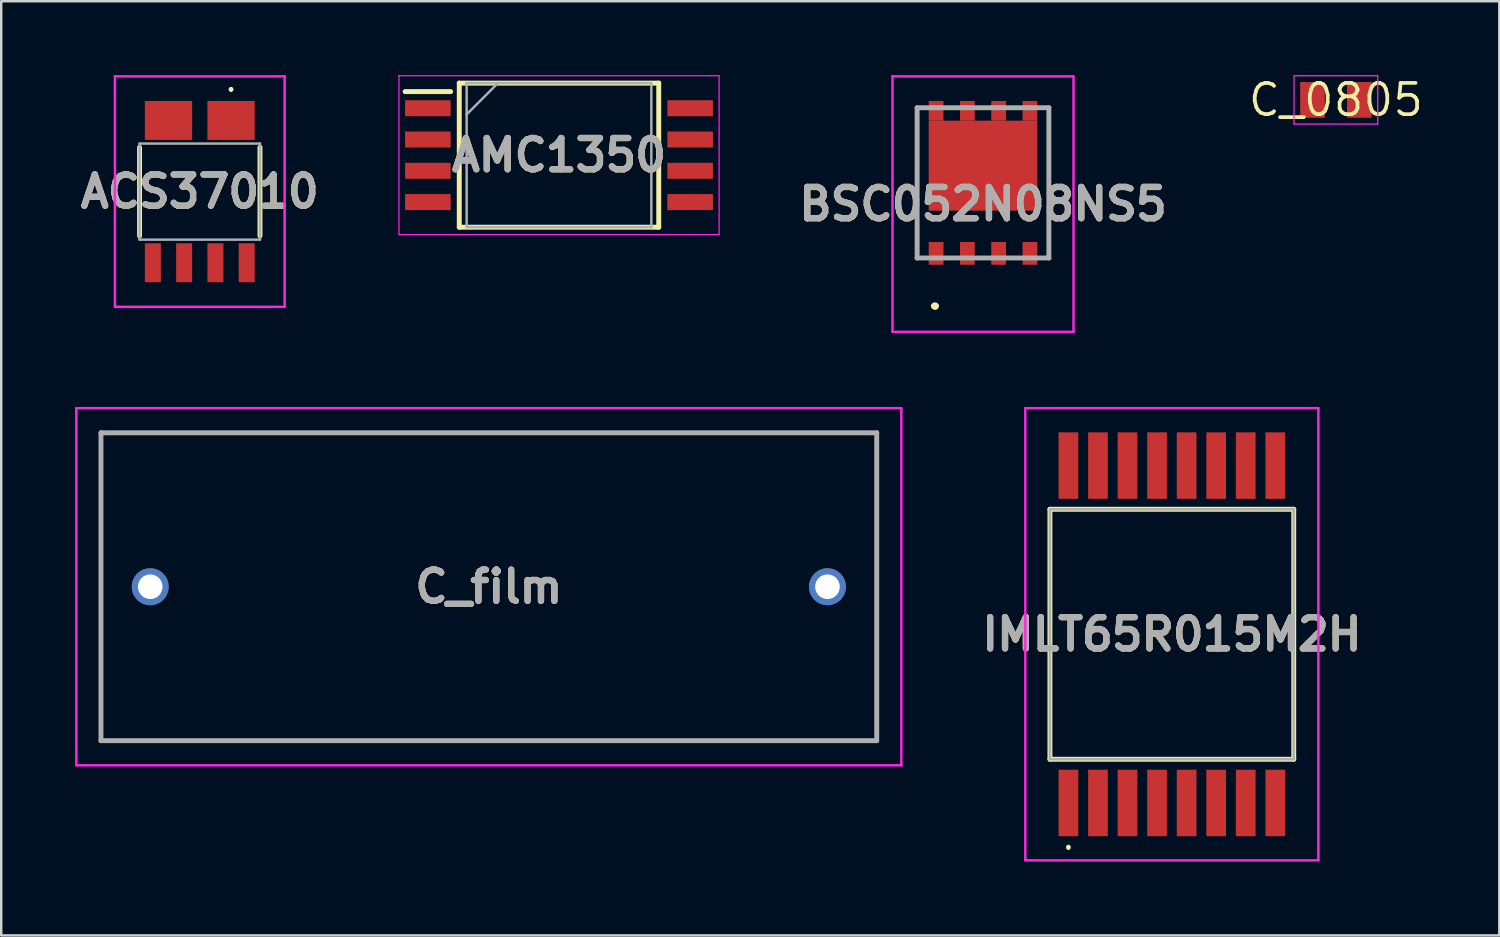
<source format=kicad_pcb>
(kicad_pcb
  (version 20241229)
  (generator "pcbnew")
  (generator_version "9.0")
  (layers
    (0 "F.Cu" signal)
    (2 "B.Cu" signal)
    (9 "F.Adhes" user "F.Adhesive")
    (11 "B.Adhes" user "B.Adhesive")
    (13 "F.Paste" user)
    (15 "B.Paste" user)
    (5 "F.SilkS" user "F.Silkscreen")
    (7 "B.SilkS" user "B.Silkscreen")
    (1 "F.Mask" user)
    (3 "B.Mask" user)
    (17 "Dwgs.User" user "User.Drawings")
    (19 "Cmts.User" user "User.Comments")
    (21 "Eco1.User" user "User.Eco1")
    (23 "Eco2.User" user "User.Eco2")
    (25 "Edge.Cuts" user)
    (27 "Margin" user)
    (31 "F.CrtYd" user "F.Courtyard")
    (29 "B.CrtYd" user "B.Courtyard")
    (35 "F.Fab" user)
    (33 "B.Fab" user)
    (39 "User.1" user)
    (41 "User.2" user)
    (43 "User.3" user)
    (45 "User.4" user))
  (footprint "C_film"
    (layer "F.Cu")
    (at 3.05 20.775)
    (property "Reference" "C_film" (at 13.75 0 0) (layer "F.SilkS") (effects (font (size 1.27 1.27) (thickness 0.254))))
    (attr through_hole)
    (fp_line (start -2 -6.25) (end 29.5 -6.25) (stroke (width 0.1) (type solid)) (layer "F.SilkS"))
    (fp_line (start -2 6.25) (end -2 -6.25) (stroke (width 0.1) (type solid)) (layer "F.SilkS"))
    (fp_line (start 29.5 -6.25) (end 29.5 6.25) (stroke (width 0.1) (type solid)) (layer "F.SilkS"))
    (fp_line (start 29.5 6.25) (end -2 6.25) (stroke (width 0.1) (type solid)) (layer "F.SilkS"))
    (fp_line (start -3 -7.25) (end 30.5 -7.25) (stroke (width 0.1) (type solid)) (layer "F.CrtYd"))
    (fp_line (start -3 7.25) (end -3 -7.25) (stroke (width 0.1) (type solid)) (layer "F.CrtYd"))
    (fp_line (start 30.5 -7.25) (end 30.5 7.25) (stroke (width 0.1) (type solid)) (layer "F.CrtYd"))
    (fp_line (start 30.5 7.25) (end -3 7.25) (stroke (width 0.1) (type solid)) (layer "F.CrtYd"))
    (fp_line (start -2 -6.25) (end 29.5 -6.25) (stroke (width 0.2) (type solid)) (layer "F.Fab"))
    (fp_line (start -2 6.25) (end -2 -6.25) (stroke (width 0.2) (type solid)) (layer "F.Fab"))
    (fp_line (start 29.5 -6.25) (end 29.5 6.25) (stroke (width 0.2) (type solid)) (layer "F.Fab"))
    (fp_line (start 29.5 6.25) (end -2 6.25) (stroke (width 0.2) (type solid)) (layer "F.Fab"))
    (fp_text user "${REFERENCE}" (at 13.75 0 0) (layer "F.Fab") (effects (font (size 1.27 1.27) (thickness 0.254))))
    (pad "1" thru_hole circle (at 0 0) (size 1.5 1.5) (drill 1) (layers "*.Cu" "*.Mask"))
    (pad "2" thru_hole circle (at 27.5 0) (size 1.5 1.5) (drill 1) (layers "*.Cu" "*.Mask")))
  (footprint "AMC1350"
    (layer "F.Cu")
    (at 19.649 3.25)
    (property "Reference" "AMC1350" (at 0 0 0) (layer "F.SilkS") (effects (font (size 1.27 1.27) (thickness 0.254))))
    (attr smd)
    (fp_line (start -6.25 -2.58) (end -4.4 -2.58) (stroke (width 0.2) (type solid)) (layer "F.SilkS"))
    (fp_line (start -4.05 -2.925) (end 4.05 -2.925) (stroke (width 0.2) (type solid)) (layer "F.SilkS"))
    (fp_line (start -4.05 2.925) (end -4.05 -2.925) (stroke (width 0.2) (type solid)) (layer "F.SilkS"))
    (fp_line (start 4.05 -2.925) (end 4.05 2.925) (stroke (width 0.2) (type solid)) (layer "F.SilkS"))
    (fp_line (start 4.05 2.925) (end -4.05 2.925) (stroke (width 0.2) (type solid)) (layer "F.SilkS"))
    (fp_line (start -6.5 -3.225) (end 6.5 -3.225) (stroke (width 0.05) (type solid)) (layer "F.CrtYd"))
    (fp_line (start -6.5 3.225) (end -6.5 -3.225) (stroke (width 0.05) (type solid)) (layer "F.CrtYd"))
    (fp_line (start 6.5 -3.225) (end 6.5 3.225) (stroke (width 0.05) (type solid)) (layer "F.CrtYd"))
    (fp_line (start 6.5 3.225) (end -6.5 3.225) (stroke (width 0.05) (type solid)) (layer "F.CrtYd"))
    (fp_line (start -3.75 -2.925) (end 3.75 -2.925) (stroke (width 0.1) (type solid)) (layer "F.Fab"))
    (fp_line (start -3.75 -1.655) (end -2.48 -2.925) (stroke (width 0.1) (type solid)) (layer "F.Fab"))
    (fp_line (start -3.75 2.925) (end -3.75 -2.925) (stroke (width 0.1) (type solid)) (layer "F.Fab"))
    (fp_line (start 3.75 -2.925) (end 3.75 2.925) (stroke (width 0.1) (type solid)) (layer "F.Fab"))
    (fp_line (start 3.75 2.925) (end -3.75 2.925) (stroke (width 0.1) (type solid)) (layer "F.Fab"))
    (fp_text user "${REFERENCE}" (at 0 0 0) (layer "F.Fab") (effects (font (size 1.27 1.27) (thickness 0.254))))
    (pad "1" smd rect (at -5.325 -1.905 90) (size 0.65 1.85) (layers "F.Cu" "F.Mask" "F.Paste"))
    (pad "2" smd rect (at -5.325 -0.635 90) (size 0.65 1.85) (layers "F.Cu" "F.Mask" "F.Paste"))
    (pad "3" smd rect (at -5.325 0.635 90) (size 0.65 1.85) (layers "F.Cu" "F.Mask" "F.Paste"))
    (pad "4" smd rect (at -5.325 1.905 90) (size 0.65 1.85) (layers "F.Cu" "F.Mask" "F.Paste"))
    (pad "5" smd rect (at 5.325 1.905 90) (size 0.65 1.85) (layers "F.Cu" "F.Mask" "F.Paste"))
    (pad "6" smd rect (at 5.325 0.635 90) (size 0.65 1.85) (layers "F.Cu" "F.Mask" "F.Paste"))
    (pad "7" smd rect (at 5.325 -0.635 90) (size 0.65 1.85) (layers "F.Cu" "F.Mask" "F.Paste"))
    (pad "8" smd rect (at 5.325 -1.905 90) (size 0.65 1.85) (layers "F.Cu" "F.Mask" "F.Paste")))
  (footprint "C_0805"
    (layer "F.Cu")
    (at 51.195 1.006)
    (property "Reference" "C_0805" (at 0 0 0) (layer "F.SilkS") (effects (font (size 1.27 1.27) (thickness 0.15))))
    (attr smd)
    (fp_line (start -1.7 -0.98) (end 1.7 -0.98) (stroke (width 0.05) (type solid)) (layer "F.CrtYd"))
    (fp_line (start -1.7 0.98) (end -1.7 -0.98) (stroke (width 0.05) (type solid)) (layer "F.CrtYd"))
    (fp_line (start 1.7 -0.98) (end 1.7 0.98) (stroke (width 0.05) (type solid)) (layer "F.CrtYd"))
    (fp_line (start 1.7 0.98) (end -1.7 0.98) (stroke (width 0.05) (type solid)) (layer "F.CrtYd"))
    (pad "1" smd rect (at -0.95 0) (size 1 1.45) (layers "F.Cu" "F.Mask" "F.Paste"))
    (pad "2" smd rect (at 0.95 0) (size 1 1.45) (layers "F.Cu" "F.Mask" "F.Paste")))
  (footprint "ACS37010"
    (layer "F.Cu")
    (at 5.062 4.73)
    (property "Reference" "ACS37010" (at 0 0 0) (layer "F.SilkS") (effects (font (size 1.27 1.27) (thickness 0.254))))
    (attr smd)
    (fp_line (start -2.445 -1.8) (end -2.445 1.8) (stroke (width 0.2) (type solid)) (layer "F.SilkS"))
    (fp_line (start 1.27 -4.2) (end 1.27 -4.2) (stroke (width 0.1) (type solid)) (layer "F.SilkS"))
    (fp_line (start 1.27 -4.1) (end 1.27 -4.1) (stroke (width 0.1) (type solid)) (layer "F.SilkS"))
    (fp_line (start 2.445 -1.8) (end 2.445 1.8) (stroke (width 0.2) (type solid)) (layer "F.SilkS"))
    (fp_arc (start 1.27 -4.2) (mid 1.32 -4.15) (end 1.27 -4.1) (stroke (width 0.1) (type solid)) (layer "F.SilkS"))
    (fp_arc (start 1.27 -4.1) (mid 1.22 -4.15) (end 1.27 -4.2) (stroke (width 0.1) (type solid)) (layer "F.SilkS"))
    (fp_line (start -3.445 -4.68) (end 3.445 -4.68) (stroke (width 0.1) (type solid)) (layer "F.CrtYd"))
    (fp_line (start -3.445 4.68) (end -3.445 -4.68) (stroke (width 0.1) (type solid)) (layer "F.CrtYd"))
    (fp_line (start 3.445 -4.68) (end 3.445 4.68) (stroke (width 0.1) (type solid)) (layer "F.CrtYd"))
    (fp_line (start 3.445 4.68) (end -3.445 4.68) (stroke (width 0.1) (type solid)) (layer "F.CrtYd"))
    (fp_line (start -2.445 -1.95) (end 2.445 -1.95) (stroke (width 0.1) (type solid)) (layer "F.Fab"))
    (fp_line (start -2.445 1.95) (end -2.445 -1.95) (stroke (width 0.1) (type solid)) (layer "F.Fab"))
    (fp_line (start 2.445 -1.95) (end 2.445 1.95) (stroke (width 0.1) (type solid)) (layer "F.Fab"))
    (fp_line (start 2.445 1.95) (end -2.445 1.95) (stroke (width 0.1) (type solid)) (layer "F.Fab"))
    (fp_text user "${REFERENCE}" (at 0 0 0) (layer "F.Fab") (effects (font (size 1.27 1.27) (thickness 0.254))))
    (pad "1" smd rect (at 1.27 -2.89 90) (size 1.58 1.92) (layers "F.Cu" "F.Mask" "F.Paste"))
    (pad "4" smd rect (at -1.27 -2.89 90) (size 1.58 1.92) (layers "F.Cu" "F.Mask" "F.Paste"))
    (pad "5" smd rect (at -1.905 2.89) (size 0.65 1.58) (layers "F.Cu" "F.Mask" "F.Paste"))
    (pad "6" smd rect (at -0.635 2.89) (size 0.65 1.58) (layers "F.Cu" "F.Mask" "F.Paste"))
    (pad "7" smd rect (at 0.635 2.89) (size 0.65 1.58) (layers "F.Cu" "F.Mask" "F.Paste"))
    (pad "8" smd rect (at 1.905 2.89) (size 0.65 1.58) (layers "F.Cu" "F.Mask" "F.Paste")))
  (footprint "BSC052N08NS5"
    (layer "F.Cu")
    (at 36.866 4.375)
    (property "Reference" "BSC052N08NS5" (at 0 0.862 0) (layer "F.SilkS") (effects (font (size 1.27 1.27) (thickness 0.254))))
    (attr smd)
    (fp_line (start -2.675 -3.05) (end -2.675 -3.05) (stroke (width 0.1) (type solid)) (layer "F.SilkS"))
    (fp_line (start -2.675 -3.05) (end -2.675 3.05) (stroke (width 0.1) (type solid)) (layer "F.SilkS"))
    (fp_line (start -2.675 3.05) (end -2.675 -3.05) (stroke (width 0.1) (type solid)) (layer "F.SilkS"))
    (fp_line (start -2.675 3.05) (end -2.675 3.05) (stroke (width 0.1) (type solid)) (layer "F.SilkS"))
    (fp_line (start -2 5) (end -2 5) (stroke (width 0.2) (type solid)) (layer "F.SilkS"))
    (fp_line (start -2 5) (end -2 5) (stroke (width 0.2) (type solid)) (layer "F.SilkS"))
    (fp_line (start -1.9 5) (end -1.9 5) (stroke (width 0.2) (type solid)) (layer "F.SilkS"))
    (fp_line (start 2.675 -3.05) (end 2.675 -3.05) (stroke (width 0.1) (type solid)) (layer "F.SilkS"))
    (fp_line (start 2.675 -3.05) (end 2.675 3.05) (stroke (width 0.1) (type solid)) (layer "F.SilkS"))
    (fp_line (start 2.675 3.05) (end 2.675 -3.05) (stroke (width 0.1) (type solid)) (layer "F.SilkS"))
    (fp_line (start 2.675 3.05) (end 2.675 3.05) (stroke (width 0.1) (type solid)) (layer "F.SilkS"))
    (fp_arc (start -2 5) (mid -1.95 4.95) (end -1.9 5) (stroke (width 0.2) (type solid)) (layer "F.SilkS"))
    (fp_arc (start -1.9 5) (mid -1.95 5.05) (end -2 5) (stroke (width 0.2) (type solid)) (layer "F.SilkS"))
    (fp_arc (start -1.9 5) (mid -1.95 5.05) (end -2 5) (stroke (width 0.2) (type solid)) (layer "F.SilkS"))
    (fp_line (start -3.675 -4.325) (end 3.675 -4.325) (stroke (width 0.1) (type solid)) (layer "F.CrtYd"))
    (fp_line (start -3.675 6.05) (end -3.675 -4.325) (stroke (width 0.1) (type solid)) (layer "F.CrtYd"))
    (fp_line (start 3.675 -4.325) (end 3.675 6.05) (stroke (width 0.1) (type solid)) (layer "F.CrtYd"))
    (fp_line (start 3.675 6.05) (end -3.675 6.05) (stroke (width 0.1) (type solid)) (layer "F.CrtYd"))
    (fp_line (start -2.675 -3.05) (end -2.675 3.05) (stroke (width 0.2) (type solid)) (layer "F.Fab"))
    (fp_line (start -2.675 3.05) (end 2.675 3.05) (stroke (width 0.2) (type solid)) (layer "F.Fab"))
    (fp_line (start 2.675 -3.05) (end -2.675 -3.05) (stroke (width 0.2) (type solid)) (layer "F.Fab"))
    (fp_line (start 2.675 3.05) (end 2.675 -3.05) (stroke (width 0.2) (type solid)) (layer "F.Fab"))
    (fp_text user "${REFERENCE}" (at 0 0.862 0) (layer "F.Fab") (effects (font (size 1.27 1.27) (thickness 0.254))))
    (pad "1" smd rect (at -1.905 2.863) (size 0.6 0.925) (layers "F.Cu" "F.Mask" "F.Paste"))
    (pad "2" smd rect (at -0.635 2.863) (size 0.6 0.925) (layers "F.Cu" "F.Mask" "F.Paste"))
    (pad "3" smd rect (at 0.635 2.863) (size 0.6 0.925) (layers "F.Cu" "F.Mask" "F.Paste"))
    (pad "4" smd rect (at 1.905 2.863) (size 0.6 0.925) (layers "F.Cu" "F.Mask" "F.Paste"))
    (pad "5" smd rect (at 1.905 -2.925) (size 0.6 0.8) (layers "F.Cu" "F.Mask" "F.Paste"))
    (pad "6" smd rect (at 0.635 -2.925) (size 0.6 0.8) (layers "F.Cu" "F.Mask" "F.Paste"))
    (pad "7" smd rect (at -0.635 -2.925) (size 0.6 0.8) (layers "F.Cu" "F.Mask" "F.Paste"))
    (pad "8" smd rect (at -1.905 -2.925) (size 0.6 0.8) (layers "F.Cu" "F.Mask" "F.Paste"))
    (pad "9" smd rect (at 0 -0.697 90) (size 3.655 4.41) (layers "F.Cu" "F.Mask" "F.Paste")))
  (footprint "IMLT65R015M2H"
    (layer "F.Cu")
    (at 44.534 22.705)
    (property "Reference" "IMLT65R015M2H" (at 0 0 0) (layer "F.SilkS") (effects (font (size 1.27 1.27) (thickness 0.254))))
    (attr smd)
    (fp_line (start -4.95 -5.075) (end 4.95 -5.075) (stroke (width 0.2) (type solid)) (layer "F.SilkS"))
    (fp_line (start -4.95 5.075) (end -4.95 -5.075) (stroke (width 0.2) (type solid)) (layer "F.SilkS"))
    (fp_line (start -4.2 8.6) (end -4.2 8.6) (stroke (width 0.1) (type solid)) (layer "F.SilkS"))
    (fp_line (start -4.2 8.7) (end -4.2 8.7) (stroke (width 0.1) (type solid)) (layer "F.SilkS"))
    (fp_line (start 4.95 -5.075) (end 4.95 5.075) (stroke (width 0.2) (type solid)) (layer "F.SilkS"))
    (fp_line (start 4.95 5.075) (end -4.95 5.075) (stroke (width 0.2) (type solid)) (layer "F.SilkS"))
    (fp_arc (start -4.2 8.6) (mid -4.15 8.65) (end -4.2 8.7) (stroke (width 0.1) (type solid)) (layer "F.SilkS"))
    (fp_arc (start -4.2 8.7) (mid -4.25 8.65) (end -4.2 8.6) (stroke (width 0.1) (type solid)) (layer "F.SilkS"))
    (fp_line (start -5.95 -9.18) (end 5.95 -9.18) (stroke (width 0.1) (type solid)) (layer "F.CrtYd"))
    (fp_line (start -5.95 9.18) (end -5.95 -9.18) (stroke (width 0.1) (type solid)) (layer "F.CrtYd"))
    (fp_line (start 5.95 -9.18) (end 5.95 9.18) (stroke (width 0.1) (type solid)) (layer "F.CrtYd"))
    (fp_line (start 5.95 9.18) (end -5.95 9.18) (stroke (width 0.1) (type solid)) (layer "F.CrtYd"))
    (fp_line (start -4.95 -5.075) (end 4.95 -5.075) (stroke (width 0.1) (type solid)) (layer "F.Fab"))
    (fp_line (start -4.95 5.075) (end -4.95 -5.075) (stroke (width 0.1) (type solid)) (layer "F.Fab"))
    (fp_line (start 4.95 -5.075) (end 4.95 5.075) (stroke (width 0.1) (type solid)) (layer "F.Fab"))
    (fp_line (start 4.95 5.075) (end -4.95 5.075) (stroke (width 0.1) (type solid)) (layer "F.Fab"))
    (fp_text user "${REFERENCE}" (at 0 0 0) (layer "F.Fab") (effects (font (size 1.27 1.27) (thickness 0.254))))
    (pad "1" smd rect (at -4.2 6.85) (size 0.8 2.7) (layers "F.Cu" "F.Mask" "F.Paste"))
    (pad "2" smd rect (at -3 6.85) (size 0.8 2.7) (layers "F.Cu" "F.Mask" "F.Paste"))
    (pad "3" smd rect (at -1.8 6.85) (size 0.8 2.7) (layers "F.Cu" "F.Mask" "F.Paste"))
    (pad "4" smd rect (at -0.6 6.85) (size 0.8 2.7) (layers "F.Cu" "F.Mask" "F.Paste"))
    (pad "5" smd rect (at 0.6 6.85) (size 0.8 2.7) (layers "F.Cu" "F.Mask" "F.Paste"))
    (pad "6" smd rect (at 1.8 6.85) (size 0.8 2.7) (layers "F.Cu" "F.Mask" "F.Paste"))
    (pad "7" smd rect (at 3 6.85) (size 0.8 2.7) (layers "F.Cu" "F.Mask" "F.Paste"))
    (pad "8" smd rect (at 4.2 6.85) (size 0.8 2.7) (layers "F.Cu" "F.Mask" "F.Paste"))
    (pad "9" smd rect (at 4.2 -6.85) (size 0.8 2.7) (layers "F.Cu" "F.Mask" "F.Paste"))
    (pad "10" smd rect (at 3 -6.85) (size 0.8 2.7) (layers "F.Cu" "F.Mask" "F.Paste"))
    (pad "11" smd rect (at 1.8 -6.85) (size 0.8 2.7) (layers "F.Cu" "F.Mask" "F.Paste"))
    (pad "12" smd rect (at 0.6 -6.85) (size 0.8 2.7) (layers "F.Cu" "F.Mask" "F.Paste"))
    (pad "13" smd rect (at -0.6 -6.85) (size 0.8 2.7) (layers "F.Cu" "F.Mask" "F.Paste"))
    (pad "14" smd rect (at -1.8 -6.85) (size 0.8 2.7) (layers "F.Cu" "F.Mask" "F.Paste"))
    (pad "15" smd rect (at -3 -6.85) (size 0.8 2.7) (layers "F.Cu" "F.Mask" "F.Paste"))
    (pad "16" smd rect (at -4.2 -6.85) (size 0.8 2.7) (layers "F.Cu" "F.Mask" "F.Paste")))
  (gr_rect
    (start -3 -3)
    (end 57.831 34.935)
    (stroke (width 0.1) (type default))
    (fill no)
    (layer "Edge.Cuts")))
</source>
